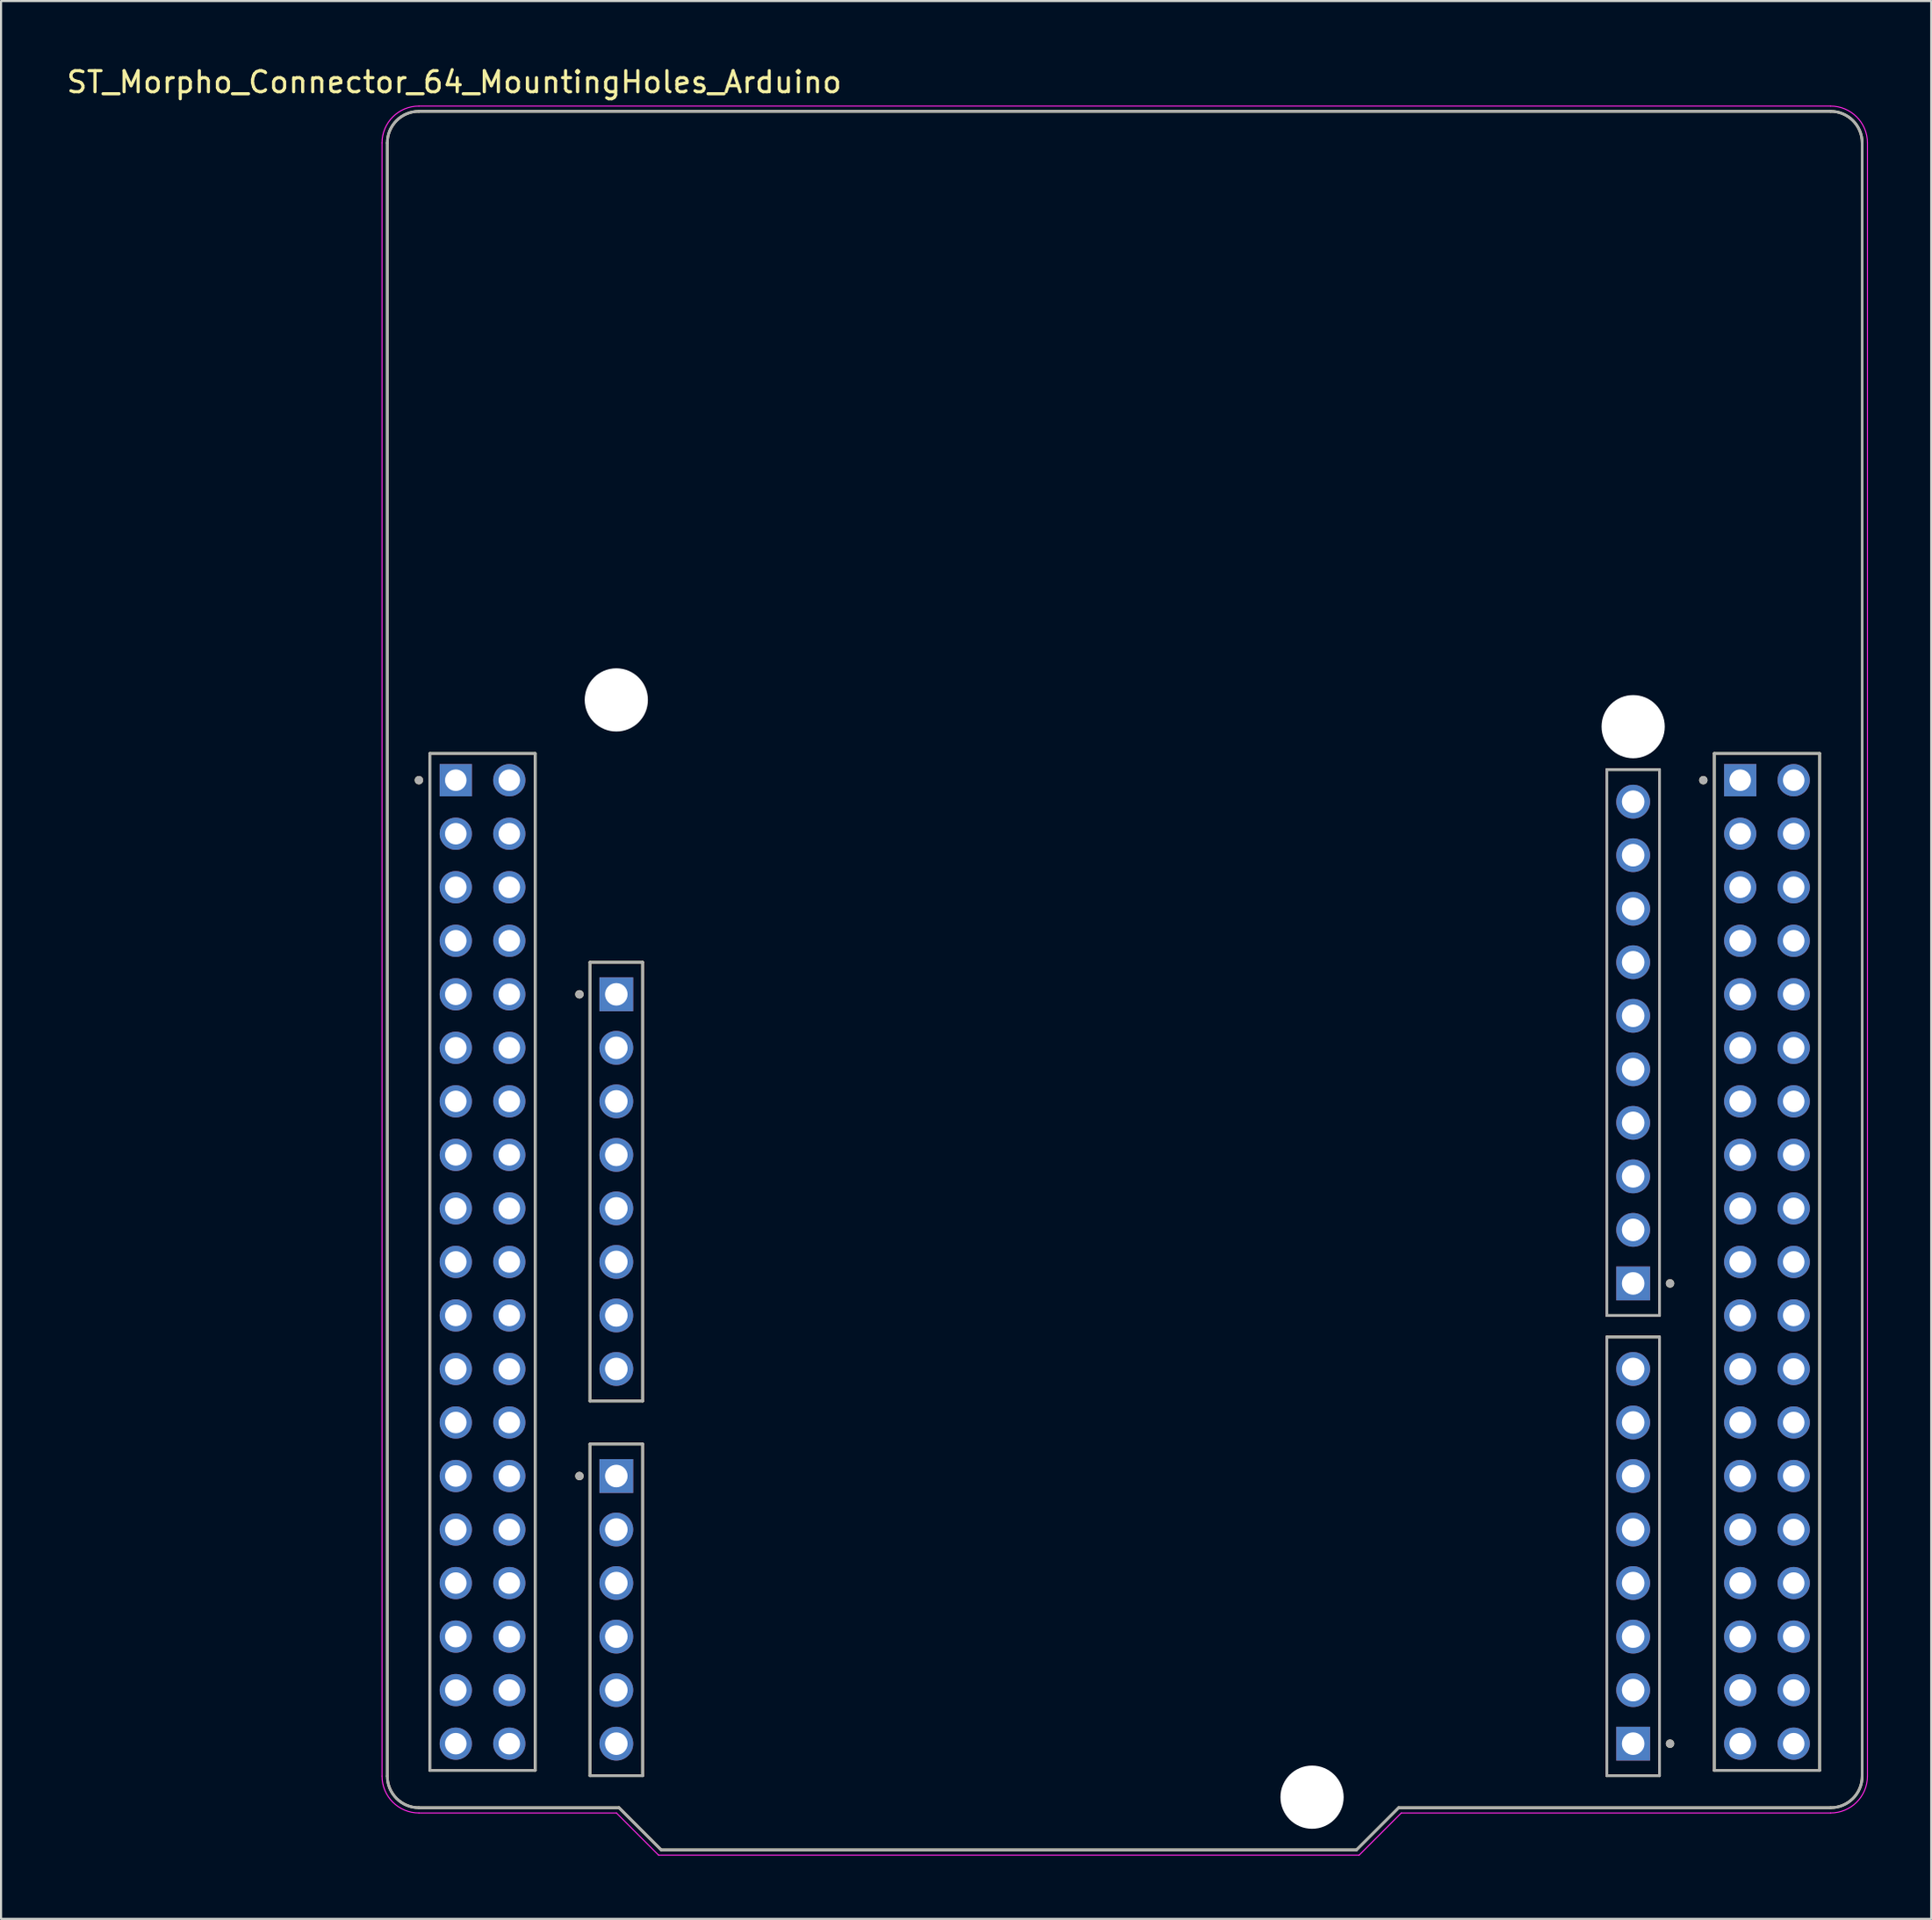
<source format=kicad_pcb>
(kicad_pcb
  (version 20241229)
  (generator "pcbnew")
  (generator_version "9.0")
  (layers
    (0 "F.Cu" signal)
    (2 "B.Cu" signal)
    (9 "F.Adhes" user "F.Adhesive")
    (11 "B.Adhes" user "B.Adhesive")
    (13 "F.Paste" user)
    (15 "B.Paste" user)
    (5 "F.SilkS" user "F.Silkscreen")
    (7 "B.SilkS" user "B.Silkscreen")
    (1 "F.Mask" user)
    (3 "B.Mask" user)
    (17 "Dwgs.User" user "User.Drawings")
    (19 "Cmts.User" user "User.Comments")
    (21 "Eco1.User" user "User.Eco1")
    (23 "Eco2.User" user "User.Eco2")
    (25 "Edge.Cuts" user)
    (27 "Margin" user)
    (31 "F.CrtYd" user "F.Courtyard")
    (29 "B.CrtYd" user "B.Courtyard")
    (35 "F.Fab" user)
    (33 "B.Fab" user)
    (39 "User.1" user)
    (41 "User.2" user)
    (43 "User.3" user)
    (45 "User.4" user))
  (footprint "ST_Morpho_Connector_64_MountingHoles_Arduino"
    (layer "F.Cu")
    (at 50.331 43.483)
    (property "Reference" "ST_Morpho_Connector_64_MountingHoles_Arduino" (at -31.825 -42.635 0) (layer "F.SilkS") (effects (font (size 1 1) (thickness 0.15))))
    (attr through_hole)
    (fp_line (start -35 37.75) (end -35 -39.75) (stroke (width 0.127) (type solid)) (layer "F.SilkS"))
    (fp_line (start -33.5 -41.25) (end 33.5 -41.25) (stroke (width 0.127) (type solid)) (layer "F.SilkS"))
    (fp_line (start -32.98 -10.78) (end -32.98 37.48) (stroke (width 0.127) (type solid)) (layer "F.SilkS"))
    (fp_line (start -32.98 37.48) (end -27.98 37.48) (stroke (width 0.127) (type solid)) (layer "F.SilkS"))
    (fp_line (start -27.98 -10.78) (end -32.98 -10.78) (stroke (width 0.127) (type solid)) (layer "F.SilkS"))
    (fp_line (start -27.98 37.48) (end -27.98 -10.78) (stroke (width 0.127) (type solid)) (layer "F.SilkS"))
    (fp_line (start -25.38 -0.87) (end -25.38 19.95) (stroke (width 0.127) (type solid)) (layer "F.SilkS"))
    (fp_line (start -25.38 19.95) (end -22.88 19.95) (stroke (width 0.127) (type solid)) (layer "F.SilkS"))
    (fp_line (start -25.38 21.99) (end -25.38 37.73) (stroke (width 0.127) (type solid)) (layer "F.SilkS"))
    (fp_line (start -25.38 37.73) (end -22.88 37.73) (stroke (width 0.127) (type solid)) (layer "F.SilkS"))
    (fp_line (start -24 39.25) (end -33.5 39.25) (stroke (width 0.127) (type solid)) (layer "F.SilkS"))
    (fp_line (start -22.88 -0.87) (end -25.38 -0.87) (stroke (width 0.127) (type solid)) (layer "F.SilkS"))
    (fp_line (start -22.88 19.95) (end -22.88 -0.87) (stroke (width 0.127) (type solid)) (layer "F.SilkS"))
    (fp_line (start -22.88 21.99) (end -25.38 21.99) (stroke (width 0.127) (type solid)) (layer "F.SilkS"))
    (fp_line (start -22.88 37.73) (end -22.88 21.99) (stroke (width 0.127) (type solid)) (layer "F.SilkS"))
    (fp_line (start -22 41.25) (end -24 39.25) (stroke (width 0.127) (type solid)) (layer "F.SilkS"))
    (fp_line (start 11 41.25) (end -22 41.25) (stroke (width 0.127) (type solid)) (layer "F.SilkS"))
    (fp_line (start 13 39.25) (end 11 41.25) (stroke (width 0.127) (type solid)) (layer "F.SilkS"))
    (fp_line (start 22.88 -10.01) (end 22.88 15.89) (stroke (width 0.127) (type solid)) (layer "F.SilkS"))
    (fp_line (start 22.88 15.89) (end 25.38 15.89) (stroke (width 0.127) (type solid)) (layer "F.SilkS"))
    (fp_line (start 22.88 16.91) (end 22.88 37.73) (stroke (width 0.127) (type solid)) (layer "F.SilkS"))
    (fp_line (start 22.88 37.73) (end 25.38 37.73) (stroke (width 0.127) (type solid)) (layer "F.SilkS"))
    (fp_line (start 25.38 -10.01) (end 22.88 -10.01) (stroke (width 0.127) (type solid)) (layer "F.SilkS"))
    (fp_line (start 25.38 15.89) (end 25.38 -10.01) (stroke (width 0.127) (type solid)) (layer "F.SilkS"))
    (fp_line (start 25.38 16.91) (end 22.88 16.91) (stroke (width 0.127) (type solid)) (layer "F.SilkS"))
    (fp_line (start 25.38 37.73) (end 25.38 16.91) (stroke (width 0.127) (type solid)) (layer "F.SilkS"))
    (fp_line (start 27.98 -10.78) (end 27.98 37.48) (stroke (width 0.127) (type solid)) (layer "F.SilkS"))
    (fp_line (start 27.98 37.48) (end 32.98 37.48) (stroke (width 0.127) (type solid)) (layer "F.SilkS"))
    (fp_line (start 32.98 -10.78) (end 27.98 -10.78) (stroke (width 0.127) (type solid)) (layer "F.SilkS"))
    (fp_line (start 32.98 37.48) (end 32.98 -10.78) (stroke (width 0.127) (type solid)) (layer "F.SilkS"))
    (fp_line (start 33.5 39.25) (end 13 39.25) (stroke (width 0.127) (type solid)) (layer "F.SilkS"))
    (fp_line (start 35 -39.75) (end 35 37.75) (stroke (width 0.127) (type solid)) (layer "F.SilkS"))
    (fp_arc (start -35 -39.75) (mid -34.56066 -40.81066) (end -33.5 -41.25) (stroke (width 0.127) (type solid)) (layer "F.SilkS"))
    (fp_arc (start -33.5 39.25) (mid -34.56066 38.81066) (end -35 37.75) (stroke (width 0.127) (type solid)) (layer "F.SilkS"))
    (fp_arc (start 33.5 -41.25) (mid 34.56066 -40.81066) (end 35 -39.75) (stroke (width 0.127) (type solid)) (layer "F.SilkS"))
    (fp_arc (start 35 37.75) (mid 34.56066 38.81066) (end 33.5 39.25) (stroke (width 0.127) (type solid)) (layer "F.SilkS"))
    (fp_circle (center -33.5 -9.51) (end -33.4 -9.51) (stroke (width 0.2) (type solid)) (fill no) (layer "F.SilkS"))
    (fp_circle (center -25.88 0.65) (end -25.78 0.65) (stroke (width 0.2) (type solid)) (fill no) (layer "F.SilkS"))
    (fp_circle (center -25.88 23.51) (end -25.78 23.51) (stroke (width 0.2) (type solid)) (fill no) (layer "F.SilkS"))
    (fp_circle (center 25.88 14.37) (end 25.98 14.37) (stroke (width 0.2) (type solid)) (fill no) (layer "F.SilkS"))
    (fp_circle (center 25.88 36.21) (end 25.98 36.21) (stroke (width 0.2) (type solid)) (fill no) (layer "F.SilkS"))
    (fp_circle (center 27.46 -9.51) (end 27.56 -9.51) (stroke (width 0.2) (type solid)) (fill no) (layer "F.SilkS"))
    (fp_line (start -35.25 37.75) (end -35.25 -39.75) (stroke (width 0.05) (type solid)) (layer "F.CrtYd"))
    (fp_line (start -33.5 -41.5) (end 33.5 -41.5) (stroke (width 0.05) (type solid)) (layer "F.CrtYd"))
    (fp_line (start -24.125 39.5) (end -33.5 39.5) (stroke (width 0.05) (type solid)) (layer "F.CrtYd"))
    (fp_line (start -22.125 41.5) (end -24.125 39.5) (stroke (width 0.05) (type solid)) (layer "F.CrtYd"))
    (fp_line (start 11.125 41.5) (end -22.125 41.5) (stroke (width 0.05) (type solid)) (layer "F.CrtYd"))
    (fp_line (start 13.125 39.5) (end 11.125 41.5) (stroke (width 0.05) (type solid)) (layer "F.CrtYd"))
    (fp_line (start 33.5 39.5) (end 13.125 39.5) (stroke (width 0.05) (type solid)) (layer "F.CrtYd"))
    (fp_line (start 35.25 -39.75) (end 35.25 37.75) (stroke (width 0.05) (type solid)) (layer "F.CrtYd"))
    (fp_arc (start -35.25 -39.75) (mid -34.737437 -40.987437) (end -33.5 -41.5) (stroke (width 0.05) (type solid)) (layer "F.CrtYd"))
    (fp_arc (start -33.5 39.5) (mid -34.737437 38.987437) (end -35.25 37.75) (stroke (width 0.05) (type solid)) (layer "F.CrtYd"))
    (fp_arc (start 33.5 -41.5) (mid 34.737437 -40.987437) (end 35.25 -39.75) (stroke (width 0.05) (type solid)) (layer "F.CrtYd"))
    (fp_arc (start 35.25 37.75) (mid 34.737437 38.987437) (end 33.5 39.5) (stroke (width 0.05) (type solid)) (layer "F.CrtYd"))
    (fp_line (start -35 37.75) (end -35 -39.75) (stroke (width 0.127) (type solid)) (layer "F.Fab"))
    (fp_line (start -33.5 -41.25) (end 33.5 -41.25) (stroke (width 0.127) (type solid)) (layer "F.Fab"))
    (fp_line (start -32.98 -10.78) (end -32.98 37.48) (stroke (width 0.127) (type solid)) (layer "F.Fab"))
    (fp_line (start -32.98 37.48) (end -27.98 37.48) (stroke (width 0.127) (type solid)) (layer "F.Fab"))
    (fp_line (start -27.98 -10.78) (end -32.98 -10.78) (stroke (width 0.127) (type solid)) (layer "F.Fab"))
    (fp_line (start -27.98 37.48) (end -27.98 -10.78) (stroke (width 0.127) (type solid)) (layer "F.Fab"))
    (fp_line (start -25.38 -0.87) (end -25.38 19.95) (stroke (width 0.127) (type solid)) (layer "F.Fab"))
    (fp_line (start -25.38 19.95) (end -22.88 19.95) (stroke (width 0.127) (type solid)) (layer "F.Fab"))
    (fp_line (start -25.38 21.99) (end -25.38 37.73) (stroke (width 0.127) (type solid)) (layer "F.Fab"))
    (fp_line (start -25.38 37.73) (end -22.88 37.73) (stroke (width 0.127) (type solid)) (layer "F.Fab"))
    (fp_line (start -24 39.25) (end -33.5 39.25) (stroke (width 0.127) (type solid)) (layer "F.Fab"))
    (fp_line (start -22.88 -0.87) (end -25.38 -0.87) (stroke (width 0.127) (type solid)) (layer "F.Fab"))
    (fp_line (start -22.88 19.95) (end -22.88 -0.87) (stroke (width 0.127) (type solid)) (layer "F.Fab"))
    (fp_line (start -22.88 21.99) (end -25.38 21.99) (stroke (width 0.127) (type solid)) (layer "F.Fab"))
    (fp_line (start -22.88 37.73) (end -22.88 21.99) (stroke (width 0.127) (type solid)) (layer "F.Fab"))
    (fp_line (start -22 41.25) (end -24 39.25) (stroke (width 0.127) (type solid)) (layer "F.Fab"))
    (fp_line (start 11 41.25) (end -22 41.25) (stroke (width 0.127) (type solid)) (layer "F.Fab"))
    (fp_line (start 13 39.25) (end 11 41.25) (stroke (width 0.127) (type solid)) (layer "F.Fab"))
    (fp_line (start 22.88 -10.01) (end 22.88 15.89) (stroke (width 0.127) (type solid)) (layer "F.Fab"))
    (fp_line (start 22.88 15.89) (end 25.38 15.89) (stroke (width 0.127) (type solid)) (layer "F.Fab"))
    (fp_line (start 22.88 16.91) (end 22.88 37.73) (stroke (width 0.127) (type solid)) (layer "F.Fab"))
    (fp_line (start 22.88 37.73) (end 25.38 37.73) (stroke (width 0.127) (type solid)) (layer "F.Fab"))
    (fp_line (start 25.38 -10.01) (end 22.88 -10.01) (stroke (width 0.127) (type solid)) (layer "F.Fab"))
    (fp_line (start 25.38 15.89) (end 25.38 -10.01) (stroke (width 0.127) (type solid)) (layer "F.Fab"))
    (fp_line (start 25.38 16.91) (end 22.88 16.91) (stroke (width 0.127) (type solid)) (layer "F.Fab"))
    (fp_line (start 25.38 37.73) (end 25.38 16.91) (stroke (width 0.127) (type solid)) (layer "F.Fab"))
    (fp_line (start 27.98 -10.78) (end 27.98 37.48) (stroke (width 0.127) (type solid)) (layer "F.Fab"))
    (fp_line (start 27.98 37.48) (end 32.98 37.48) (stroke (width 0.127) (type solid)) (layer "F.Fab"))
    (fp_line (start 32.98 -10.78) (end 27.98 -10.78) (stroke (width 0.127) (type solid)) (layer "F.Fab"))
    (fp_line (start 32.98 37.48) (end 32.98 -10.78) (stroke (width 0.127) (type solid)) (layer "F.Fab"))
    (fp_line (start 33.5 39.25) (end 13 39.25) (stroke (width 0.127) (type solid)) (layer "F.Fab"))
    (fp_line (start 35 -39.75) (end 35 37.75) (stroke (width 0.127) (type solid)) (layer "F.Fab"))
    (fp_arc (start -35 -39.75) (mid -34.56066 -40.81066) (end -33.5 -41.25) (stroke (width 0.127) (type solid)) (layer "F.Fab"))
    (fp_arc (start -33.5 39.25) (mid -34.56066 38.81066) (end -35 37.75) (stroke (width 0.127) (type solid)) (layer "F.Fab"))
    (fp_arc (start 33.5 -41.25) (mid 34.56066 -40.81066) (end 35 -39.75) (stroke (width 0.127) (type solid)) (layer "F.Fab"))
    (fp_arc (start 35 37.75) (mid 34.56066 38.81066) (end 33.5 39.25) (stroke (width 0.127) (type solid)) (layer "F.Fab"))
    (fp_circle (center -33.5 -9.51) (end -33.4 -9.51) (stroke (width 0.2) (type solid)) (fill no) (layer "F.Fab"))
    (fp_circle (center -25.88 0.65) (end -25.78 0.65) (stroke (width 0.2) (type solid)) (fill no) (layer "F.Fab"))
    (fp_circle (center -25.88 23.51) (end -25.78 23.51) (stroke (width 0.2) (type solid)) (fill no) (layer "F.Fab"))
    (fp_circle (center 25.88 14.37) (end 25.98 14.37) (stroke (width 0.2) (type solid)) (fill no) (layer "F.Fab"))
    (fp_circle (center 25.88 36.21) (end 25.98 36.21) (stroke (width 0.2) (type solid)) (fill no) (layer "F.Fab"))
    (fp_circle (center 27.46 -9.51) (end 27.56 -9.51) (stroke (width 0.2) (type solid)) (fill no) (layer "F.Fab"))
    (pad "" np_thru_hole circle (at -24.13 -13.32) (size 3 3) (drill 3) (layers "*.Cu" "*.Mask"))
    (pad "" np_thru_hole circle (at 8.89 38.75) (size 3 3) (drill 3) (layers "*.Cu" "*.Mask"))
    (pad "" np_thru_hole circle (at 24.13 -12.05) (size 3 3) (drill 3) (layers "*.Cu" "*.Mask"))
    (pad "CN5_1" thru_hole rect (at 24.13 14.37) (size 1.605 1.605) (drill 1.07) (layers "*.Cu" "*.Mask"))
    (pad "CN5_2" thru_hole circle (at 24.13 11.83) (size 1.605 1.605) (drill 1.07) (layers "*.Cu" "*.Mask"))
    (pad "CN5_3" thru_hole circle (at 24.13 9.29) (size 1.605 1.605) (drill 1.07) (layers "*.Cu" "*.Mask"))
    (pad "CN5_4" thru_hole circle (at 24.13 6.75) (size 1.605 1.605) (drill 1.07) (layers "*.Cu" "*.Mask"))
    (pad "CN5_5" thru_hole circle (at 24.13 4.21) (size 1.605 1.605) (drill 1.07) (layers "*.Cu" "*.Mask"))
    (pad "CN5_6" thru_hole circle (at 24.13 1.67) (size 1.605 1.605) (drill 1.07) (layers "*.Cu" "*.Mask"))
    (pad "CN5_7" thru_hole circle (at 24.13 -0.87) (size 1.605 1.605) (drill 1.07) (layers "*.Cu" "*.Mask"))
    (pad "CN5_8" thru_hole circle (at 24.13 -3.41) (size 1.605 1.605) (drill 1.07) (layers "*.Cu" "*.Mask"))
    (pad "CN5_9" thru_hole circle (at 24.13 -5.95) (size 1.605 1.605) (drill 1.07) (layers "*.Cu" "*.Mask"))
    (pad "CN5_10" thru_hole circle (at 24.13 -8.49) (size 1.605 1.605) (drill 1.07) (layers "*.Cu" "*.Mask"))
    (pad "CN6_1" thru_hole rect (at -24.13 0.65) (size 1.605 1.605) (drill 1.07) (layers "*.Cu" "*.Mask"))
    (pad "CN6_2" thru_hole circle (at -24.13 3.19) (size 1.605 1.605) (drill 1.07) (layers "*.Cu" "*.Mask"))
    (pad "CN6_3" thru_hole circle (at -24.13 5.73) (size 1.605 1.605) (drill 1.07) (layers "*.Cu" "*.Mask"))
    (pad "CN6_4" thru_hole circle (at -24.13 8.27) (size 1.605 1.605) (drill 1.07) (layers "*.Cu" "*.Mask"))
    (pad "CN6_5" thru_hole circle (at -24.13 10.81) (size 1.605 1.605) (drill 1.07) (layers "*.Cu" "*.Mask"))
    (pad "CN6_6" thru_hole circle (at -24.13 13.35) (size 1.605 1.605) (drill 1.07) (layers "*.Cu" "*.Mask"))
    (pad "CN6_7" thru_hole circle (at -24.13 15.89) (size 1.605 1.605) (drill 1.07) (layers "*.Cu" "*.Mask"))
    (pad "CN6_8" thru_hole circle (at -24.13 18.43) (size 1.605 1.605) (drill 1.07) (layers "*.Cu" "*.Mask"))
    (pad "CN7_1" thru_hole rect (at -31.75 -9.51) (size 1.53 1.53) (drill 1.02) (layers "*.Cu" "*.Mask"))
    (pad "CN7_2" thru_hole circle (at -29.21 -9.51) (size 1.53 1.53) (drill 1.02) (layers "*.Cu" "*.Mask"))
    (pad "CN7_3" thru_hole circle (at -31.75 -6.97) (size 1.53 1.53) (drill 1.02) (layers "*.Cu" "*.Mask"))
    (pad "CN7_4" thru_hole circle (at -29.21 -6.97) (size 1.53 1.53) (drill 1.02) (layers "*.Cu" "*.Mask"))
    (pad "CN7_5" thru_hole circle (at -31.75 -4.43) (size 1.53 1.53) (drill 1.02) (layers "*.Cu" "*.Mask"))
    (pad "CN7_6" thru_hole circle (at -29.21 -4.43) (size 1.53 1.53) (drill 1.02) (layers "*.Cu" "*.Mask"))
    (pad "CN7_7" thru_hole circle (at -31.75 -1.89) (size 1.53 1.53) (drill 1.02) (layers "*.Cu" "*.Mask"))
    (pad "CN7_8" thru_hole circle (at -29.21 -1.89) (size 1.53 1.53) (drill 1.02) (layers "*.Cu" "*.Mask"))
    (pad "CN7_9" thru_hole circle (at -31.75 0.65) (size 1.53 1.53) (drill 1.02) (layers "*.Cu" "*.Mask"))
    (pad "CN7_10" thru_hole circle (at -29.21 0.65) (size 1.53 1.53) (drill 1.02) (layers "*.Cu" "*.Mask"))
    (pad "CN7_11" thru_hole circle (at -31.75 3.19) (size 1.53 1.53) (drill 1.02) (layers "*.Cu" "*.Mask"))
    (pad "CN7_12" thru_hole circle (at -29.21 3.19) (size 1.53 1.53) (drill 1.02) (layers "*.Cu" "*.Mask"))
    (pad "CN7_13" thru_hole circle (at -31.75 5.73) (size 1.53 1.53) (drill 1.02) (layers "*.Cu" "*.Mask"))
    (pad "CN7_14" thru_hole circle (at -29.21 5.73) (size 1.53 1.53) (drill 1.02) (layers "*.Cu" "*.Mask"))
    (pad "CN7_15" thru_hole circle (at -31.75 8.27) (size 1.53 1.53) (drill 1.02) (layers "*.Cu" "*.Mask"))
    (pad "CN7_16" thru_hole circle (at -29.21 8.27) (size 1.53 1.53) (drill 1.02) (layers "*.Cu" "*.Mask"))
    (pad "CN7_17" thru_hole circle (at -31.75 10.81) (size 1.53 1.53) (drill 1.02) (layers "*.Cu" "*.Mask"))
    (pad "CN7_18" thru_hole circle (at -29.21 10.81) (size 1.53 1.53) (drill 1.02) (layers "*.Cu" "*.Mask"))
    (pad "CN7_19" thru_hole circle (at -31.75 13.35) (size 1.53 1.53) (drill 1.02) (layers "*.Cu" "*.Mask"))
    (pad "CN7_20" thru_hole circle (at -29.21 13.35) (size 1.53 1.53) (drill 1.02) (layers "*.Cu" "*.Mask"))
    (pad "CN7_21" thru_hole circle (at -31.75 15.89) (size 1.53 1.53) (drill 1.02) (layers "*.Cu" "*.Mask"))
    (pad "CN7_22" thru_hole circle (at -29.21 15.89) (size 1.53 1.53) (drill 1.02) (layers "*.Cu" "*.Mask"))
    (pad "CN7_23" thru_hole circle (at -31.75 18.43) (size 1.53 1.53) (drill 1.02) (layers "*.Cu" "*.Mask"))
    (pad "CN7_24" thru_hole circle (at -29.21 18.43) (size 1.53 1.53) (drill 1.02) (layers "*.Cu" "*.Mask"))
    (pad "CN7_25" thru_hole circle (at -31.75 20.97) (size 1.53 1.53) (drill 1.02) (layers "*.Cu" "*.Mask"))
    (pad "CN7_26" thru_hole circle (at -29.21 20.97) (size 1.53 1.53) (drill 1.02) (layers "*.Cu" "*.Mask"))
    (pad "CN7_27" thru_hole circle (at -31.75 23.51) (size 1.53 1.53) (drill 1.02) (layers "*.Cu" "*.Mask"))
    (pad "CN7_28" thru_hole circle (at -29.21 23.51) (size 1.53 1.53) (drill 1.02) (layers "*.Cu" "*.Mask"))
    (pad "CN7_29" thru_hole circle (at -31.75 26.05) (size 1.53 1.53) (drill 1.02) (layers "*.Cu" "*.Mask"))
    (pad "CN7_30" thru_hole circle (at -29.21 26.05) (size 1.53 1.53) (drill 1.02) (layers "*.Cu" "*.Mask"))
    (pad "CN7_31" thru_hole circle (at -31.75 28.59) (size 1.53 1.53) (drill 1.02) (layers "*.Cu" "*.Mask"))
    (pad "CN7_32" thru_hole circle (at -29.21 28.59) (size 1.53 1.53) (drill 1.02) (layers "*.Cu" "*.Mask"))
    (pad "CN7_33" thru_hole circle (at -31.75 31.13) (size 1.53 1.53) (drill 1.02) (layers "*.Cu" "*.Mask"))
    (pad "CN7_34" thru_hole circle (at -29.21 31.13) (size 1.53 1.53) (drill 1.02) (layers "*.Cu" "*.Mask"))
    (pad "CN7_35" thru_hole circle (at -31.75 33.67) (size 1.53 1.53) (drill 1.02) (layers "*.Cu" "*.Mask"))
    (pad "CN7_36" thru_hole circle (at -29.21 33.67) (size 1.53 1.53) (drill 1.02) (layers "*.Cu" "*.Mask"))
    (pad "CN7_37" thru_hole circle (at -31.75 36.21) (size 1.53 1.53) (drill 1.02) (layers "*.Cu" "*.Mask"))
    (pad "CN7_38" thru_hole circle (at -29.21 36.21) (size 1.53 1.53) (drill 1.02) (layers "*.Cu" "*.Mask"))
    (pad "CN8_1" thru_hole rect (at -24.13 23.51) (size 1.605 1.605) (drill 1.07) (layers "*.Cu" "*.Mask"))
    (pad "CN8_2" thru_hole circle (at -24.13 26.05) (size 1.605 1.605) (drill 1.07) (layers "*.Cu" "*.Mask"))
    (pad "CN8_3" thru_hole circle (at -24.13 28.59) (size 1.605 1.605) (drill 1.07) (layers "*.Cu" "*.Mask"))
    (pad "CN8_4" thru_hole circle (at -24.13 31.13) (size 1.605 1.605) (drill 1.07) (layers "*.Cu" "*.Mask"))
    (pad "CN8_5" thru_hole circle (at -24.13 33.67) (size 1.605 1.605) (drill 1.07) (layers "*.Cu" "*.Mask"))
    (pad "CN8_6" thru_hole circle (at -24.13 36.21) (size 1.605 1.605) (drill 1.07) (layers "*.Cu" "*.Mask"))
    (pad "CN9_1" thru_hole rect (at 24.13 36.21) (size 1.605 1.605) (drill 1.07) (layers "*.Cu" "*.Mask"))
    (pad "CN9_2" thru_hole circle (at 24.13 33.67) (size 1.605 1.605) (drill 1.07) (layers "*.Cu" "*.Mask"))
    (pad "CN9_3" thru_hole circle (at 24.13 31.13) (size 1.605 1.605) (drill 1.07) (layers "*.Cu" "*.Mask"))
    (pad "CN9_4" thru_hole circle (at 24.13 28.59) (size 1.605 1.605) (drill 1.07) (layers "*.Cu" "*.Mask"))
    (pad "CN9_5" thru_hole circle (at 24.13 26.05) (size 1.605 1.605) (drill 1.07) (layers "*.Cu" "*.Mask"))
    (pad "CN9_6" thru_hole circle (at 24.13 23.51) (size 1.605 1.605) (drill 1.07) (layers "*.Cu" "*.Mask"))
    (pad "CN9_7" thru_hole circle (at 24.13 20.97) (size 1.605 1.605) (drill 1.07) (layers "*.Cu" "*.Mask"))
    (pad "CN9_8" thru_hole circle (at 24.13 18.43) (size 1.605 1.605) (drill 1.07) (layers "*.Cu" "*.Mask"))
    (pad "CN10_1" thru_hole rect (at 29.21 -9.51) (size 1.53 1.53) (drill 1.02) (layers "*.Cu" "*.Mask"))
    (pad "CN10_2" thru_hole circle (at 31.75 -9.51) (size 1.53 1.53) (drill 1.02) (layers "*.Cu" "*.Mask"))
    (pad "CN10_3" thru_hole circle (at 29.21 -6.97) (size 1.53 1.53) (drill 1.02) (layers "*.Cu" "*.Mask"))
    (pad "CN10_4" thru_hole circle (at 31.75 -6.97) (size 1.53 1.53) (drill 1.02) (layers "*.Cu" "*.Mask"))
    (pad "CN10_5" thru_hole circle (at 29.21 -4.43) (size 1.53 1.53) (drill 1.02) (layers "*.Cu" "*.Mask"))
    (pad "CN10_6" thru_hole circle (at 31.75 -4.43) (size 1.53 1.53) (drill 1.02) (layers "*.Cu" "*.Mask"))
    (pad "CN10_7" thru_hole circle (at 29.21 -1.89) (size 1.53 1.53) (drill 1.02) (layers "*.Cu" "*.Mask"))
    (pad "CN10_8" thru_hole circle (at 31.75 -1.89) (size 1.53 1.53) (drill 1.02) (layers "*.Cu" "*.Mask"))
    (pad "CN10_9" thru_hole circle (at 29.21 0.65) (size 1.53 1.53) (drill 1.02) (layers "*.Cu" "*.Mask"))
    (pad "CN10_10" thru_hole circle (at 31.75 0.65) (size 1.53 1.53) (drill 1.02) (layers "*.Cu" "*.Mask"))
    (pad "CN10_11" thru_hole circle (at 29.21 3.19) (size 1.53 1.53) (drill 1.02) (layers "*.Cu" "*.Mask"))
    (pad "CN10_12" thru_hole circle (at 31.75 3.19) (size 1.53 1.53) (drill 1.02) (layers "*.Cu" "*.Mask"))
    (pad "CN10_13" thru_hole circle (at 29.21 5.73) (size 1.53 1.53) (drill 1.02) (layers "*.Cu" "*.Mask"))
    (pad "CN10_14" thru_hole circle (at 31.75 5.73) (size 1.53 1.53) (drill 1.02) (layers "*.Cu" "*.Mask"))
    (pad "CN10_15" thru_hole circle (at 29.21 8.27) (size 1.53 1.53) (drill 1.02) (layers "*.Cu" "*.Mask"))
    (pad "CN10_16" thru_hole circle (at 31.75 8.27) (size 1.53 1.53) (drill 1.02) (layers "*.Cu" "*.Mask"))
    (pad "CN10_17" thru_hole circle (at 29.21 10.81) (size 1.53 1.53) (drill 1.02) (layers "*.Cu" "*.Mask"))
    (pad "CN10_18" thru_hole circle (at 31.75 10.81) (size 1.53 1.53) (drill 1.02) (layers "*.Cu" "*.Mask"))
    (pad "CN10_19" thru_hole circle (at 29.21 13.35) (size 1.53 1.53) (drill 1.02) (layers "*.Cu" "*.Mask"))
    (pad "CN10_20" thru_hole circle (at 31.75 13.35) (size 1.53 1.53) (drill 1.02) (layers "*.Cu" "*.Mask"))
    (pad "CN10_21" thru_hole circle (at 29.21 15.89) (size 1.53 1.53) (drill 1.02) (layers "*.Cu" "*.Mask"))
    (pad "CN10_22" thru_hole circle (at 31.75 15.89) (size 1.53 1.53) (drill 1.02) (layers "*.Cu" "*.Mask"))
    (pad "CN10_23" thru_hole circle (at 29.21 18.43) (size 1.53 1.53) (drill 1.02) (layers "*.Cu" "*.Mask"))
    (pad "CN10_24" thru_hole circle (at 31.75 18.43) (size 1.53 1.53) (drill 1.02) (layers "*.Cu" "*.Mask"))
    (pad "CN10_25" thru_hole circle (at 29.21 20.97) (size 1.53 1.53) (drill 1.02) (layers "*.Cu" "*.Mask"))
    (pad "CN10_26" thru_hole circle (at 31.75 20.97) (size 1.53 1.53) (drill 1.02) (layers "*.Cu" "*.Mask"))
    (pad "CN10_27" thru_hole circle (at 29.21 23.51) (size 1.53 1.53) (drill 1.02) (layers "*.Cu" "*.Mask"))
    (pad "CN10_28" thru_hole circle (at 31.75 23.51) (size 1.53 1.53) (drill 1.02) (layers "*.Cu" "*.Mask"))
    (pad "CN10_29" thru_hole circle (at 29.21 26.05) (size 1.53 1.53) (drill 1.02) (layers "*.Cu" "*.Mask"))
    (pad "CN10_30" thru_hole circle (at 31.75 26.05) (size 1.53 1.53) (drill 1.02) (layers "*.Cu" "*.Mask"))
    (pad "CN10_31" thru_hole circle (at 29.21 28.59) (size 1.53 1.53) (drill 1.02) (layers "*.Cu" "*.Mask"))
    (pad "CN10_32" thru_hole circle (at 31.75 28.59) (size 1.53 1.53) (drill 1.02) (layers "*.Cu" "*.Mask"))
    (pad "CN10_33" thru_hole circle (at 29.21 31.13) (size 1.53 1.53) (drill 1.02) (layers "*.Cu" "*.Mask"))
    (pad "CN10_34" thru_hole circle (at 31.75 31.13) (size 1.53 1.53) (drill 1.02) (layers "*.Cu" "*.Mask"))
    (pad "CN10_35" thru_hole circle (at 29.21 33.67) (size 1.53 1.53) (drill 1.02) (layers "*.Cu" "*.Mask"))
    (pad "CN10_36" thru_hole circle (at 31.75 33.67) (size 1.53 1.53) (drill 1.02) (layers "*.Cu" "*.Mask"))
    (pad "CN10_37" thru_hole circle (at 29.21 36.21) (size 1.53 1.53) (drill 1.02) (layers "*.Cu" "*.Mask"))
    (pad "CN10_38" thru_hole circle (at 31.75 36.21) (size 1.53 1.53) (drill 1.02) (layers "*.Cu" "*.Mask")))
  (gr_rect
    (start -3 -3)
    (end 88.606 88.008)
    (stroke (width 0.1) (type default))
    (fill no)
    (layer "Edge.Cuts")))
</source>
